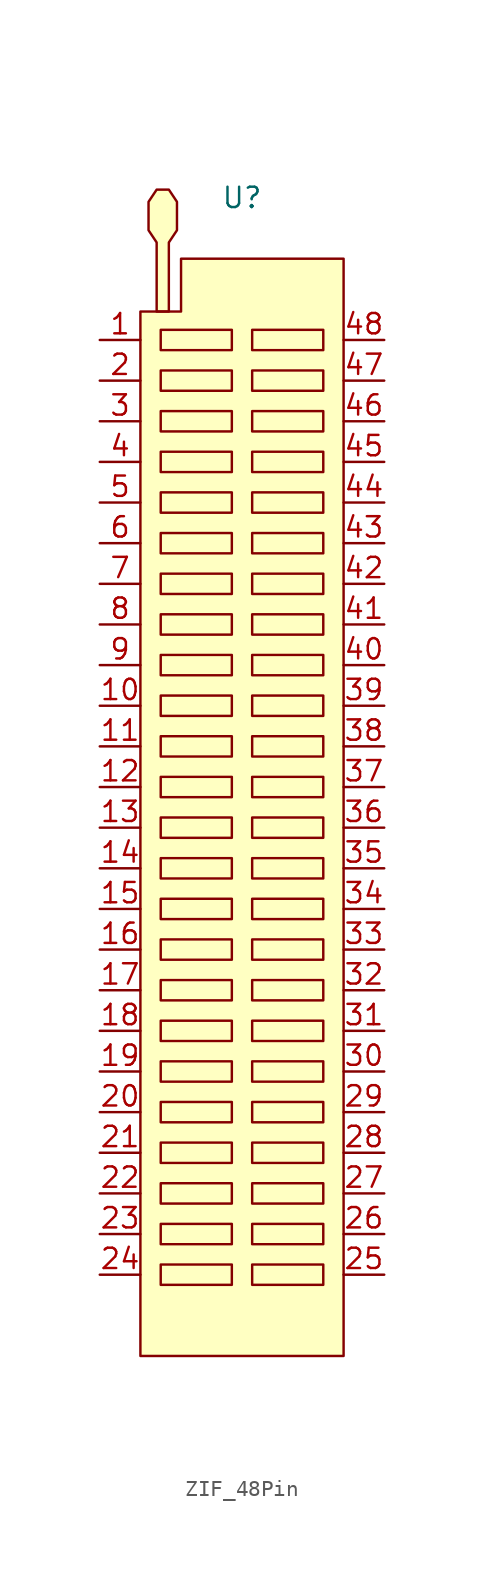
<source format=kicad_sym>
(kicad_symbol_lib
  (version 20220914)
  (generator kicad_symbol_editor)
  (symbol "ZIF_48Pin"
    (property "Reference" "U"
      (at 0 38.1 0)
      (effects (font (size 1.27 1.27))))
    (property "Value" ""
      (at 0 33.02 0)
      (effects (font (size 1.27 1.27))))
    (symbol "ZIF_48Pin_1_1"
      (rectangle (start -5.08 -28.575) (end -0.635 -29.845) (stroke (width 0) (type default)) (fill (type none)))
      (rectangle (start -5.08 -26.035) (end -0.635 -27.305) (stroke (width 0) (type default)) (fill (type none)))
      (rectangle (start -5.08 -23.495) (end -0.635 -24.765) (stroke (width 0) (type default)) (fill (type none)))
      (rectangle (start -5.08 -20.955) (end -0.635 -22.225) (stroke (width 0) (type default)) (fill (type none)))
      (rectangle (start -5.08 -18.415) (end -0.635 -19.685) (stroke (width 0) (type default)) (fill (type none)))
      (rectangle (start -5.08 -15.875) (end -0.635 -17.145) (stroke (width 0) (type default)) (fill (type none)))
      (rectangle (start -5.08 -13.335) (end -0.635 -14.605) (stroke (width 0) (type default)) (fill (type none)))
      (rectangle (start -5.08 -10.795) (end -0.635 -12.065) (stroke (width 0) (type default)) (fill (type none)))
      (rectangle (start -5.08 -8.255) (end -0.635 -9.525) (stroke (width 0) (type default)) (fill (type none)))
      (rectangle (start -5.08 -5.715) (end -0.635 -6.985) (stroke (width 0) (type default)) (fill (type none)))
      (rectangle (start -5.08 -3.175) (end -0.635 -4.445) (stroke (width 0) (type default)) (fill (type none)))
      (rectangle (start -5.08 -0.635) (end -0.635 -1.905) (stroke (width 0) (type default)) (fill (type none)))
      (rectangle (start -5.08 1.905) (end -0.635 0.635) (stroke (width 0) (type default)) (fill (type none)))
      (rectangle (start -5.08 4.445) (end -0.635 3.175) (stroke (width 0) (type default)) (fill (type none)))
      (rectangle (start -5.08 6.985) (end -0.635 5.715) (stroke (width 0) (type default)) (fill (type none)))
      (rectangle (start -5.08 9.525) (end -0.635 8.255) (stroke (width 0) (type default)) (fill (type none)))
      (rectangle (start -5.08 12.065) (end -0.635 10.795) (stroke (width 0) (type default)) (fill (type none)))
      (rectangle (start -5.08 14.605) (end -0.635 13.335) (stroke (width 0) (type default)) (fill (type none)))
      (rectangle (start -5.08 17.145) (end -0.635 15.875) (stroke (width 0) (type default)) (fill (type none)))
      (rectangle (start -5.08 19.685) (end -0.635 18.415) (stroke (width 0) (type default)) (fill (type none)))
      (rectangle (start -5.08 22.225) (end -0.635 20.955) (stroke (width 0) (type default)) (fill (type none)))
      (rectangle (start -5.08 24.765) (end -0.635 23.495) (stroke (width 0) (type default)) (fill (type none)))
      (rectangle (start -5.08 27.305) (end -0.635 26.035) (stroke (width 0) (type default)) (fill (type none)))
      (rectangle (start -5.08 29.845) (end -0.635 28.575) (stroke (width 0) (type default)) (fill (type none)))
      (polyline (pts (xy -6.35 -34.29) (xy 6.35 -34.29) (xy 6.35 34.29) (xy -3.81 34.29) (xy -3.81 30.988) (xy -6.35 30.988) (xy -6.35 -33.02) (xy -6.35 -34.29)) (stroke (width 0) (type default)) (fill (type background)))
      (polyline (pts (xy -4.572 30.988) (xy -4.572 35.306) (xy -4.064 36.068) (xy -4.064 37.846) (xy -4.572 38.608) (xy -5.334 38.608) (xy -5.842 37.846) (xy -5.842 36.068) (xy -5.334 35.306) (xy -5.334 30.988) (xy -4.572 30.988)) (stroke (width 0) (type default)) (fill (type background)))
      (rectangle (start 0.635 -28.575) (end 5.08 -29.845) (stroke (width 0) (type default)) (fill (type none)))
      (rectangle (start 0.635 -26.035) (end 5.08 -27.305) (stroke (width 0) (type default)) (fill (type none)))
      (rectangle (start 0.635 -23.495) (end 5.08 -24.765) (stroke (width 0) (type default)) (fill (type none)))
      (rectangle (start 0.635 -20.955) (end 5.08 -22.225) (stroke (width 0) (type default)) (fill (type none)))
      (rectangle (start 0.635 -18.415) (end 5.08 -19.685) (stroke (width 0) (type default)) (fill (type none)))
      (rectangle (start 0.635 -15.875) (end 5.08 -17.145) (stroke (width 0) (type default)) (fill (type none)))
      (rectangle (start 0.635 -13.335) (end 5.08 -14.605) (stroke (width 0) (type default)) (fill (type none)))
      (rectangle (start 0.635 -10.795) (end 5.08 -12.065) (stroke (width 0) (type default)) (fill (type none)))
      (rectangle (start 0.635 -8.255) (end 5.08 -9.525) (stroke (width 0) (type default)) (fill (type none)))
      (rectangle (start 0.635 -5.715) (end 5.08 -6.985) (stroke (width 0) (type default)) (fill (type none)))
      (rectangle (start 0.635 -3.175) (end 5.08 -4.445) (stroke (width 0) (type default)) (fill (type none)))
      (rectangle (start 0.635 -0.635) (end 5.08 -1.905) (stroke (width 0) (type default)) (fill (type none)))
      (rectangle (start 0.635 1.905) (end 5.08 0.635) (stroke (width 0) (type default)) (fill (type none)))
      (rectangle (start 0.635 4.445) (end 5.08 3.175) (stroke (width 0) (type default)) (fill (type none)))
      (rectangle (start 0.635 6.985) (end 5.08 5.715) (stroke (width 0) (type default)) (fill (type none)))
      (rectangle (start 0.635 9.525) (end 5.08 8.255) (stroke (width 0) (type default)) (fill (type none)))
      (rectangle (start 0.635 12.065) (end 5.08 10.795) (stroke (width 0) (type default)) (fill (type none)))
      (rectangle (start 0.635 14.605) (end 5.08 13.335) (stroke (width 0) (type default)) (fill (type none)))
      (rectangle (start 0.635 17.145) (end 5.08 15.875) (stroke (width 0) (type default)) (fill (type none)))
      (rectangle (start 0.635 19.685) (end 5.08 18.415) (stroke (width 0) (type default)) (fill (type none)))
      (rectangle (start 0.635 22.225) (end 5.08 20.955) (stroke (width 0) (type default)) (fill (type none)))
      (rectangle (start 0.635 24.765) (end 5.08 23.495) (stroke (width 0) (type default)) (fill (type none)))
      (rectangle (start 0.635 27.305) (end 5.08 26.035) (stroke (width 0) (type default)) (fill (type none)))
      (rectangle (start 0.635 29.845) (end 5.08 28.575) (stroke (width 0) (type default)) (fill (type none)))
      (pin passive line (at -8.89 29.21 0) (length 2.54) (name "" (effects (font (size 1.27 1.27)))) (number "1" (effects (font (size 1.27 1.27)))))
      (pin passive line (at -8.89 6.35 0) (length 2.54) (name "" (effects (font (size 1.27 1.27)))) (number "10" (effects (font (size 1.27 1.27)))))
      (pin passive line (at -8.89 3.81 0) (length 2.54) (name "" (effects (font (size 1.27 1.27)))) (number "11" (effects (font (size 1.27 1.27)))))
      (pin passive line (at -8.89 1.27 0) (length 2.54) (name "" (effects (font (size 1.27 1.27)))) (number "12" (effects (font (size 1.27 1.27)))))
      (pin passive line (at -8.89 -1.27 0) (length 2.54) (name "" (effects (font (size 1.27 1.27)))) (number "13" (effects (font (size 1.27 1.27)))))
      (pin passive line (at -8.89 -3.81 0) (length 2.54) (name "" (effects (font (size 1.27 1.27)))) (number "14" (effects (font (size 1.27 1.27)))))
      (pin passive line (at -8.89 -6.35 0) (length 2.54) (name "" (effects (font (size 1.27 1.27)))) (number "15" (effects (font (size 1.27 1.27)))))
      (pin passive line (at -8.89 -8.89 0) (length 2.54) (name "" (effects (font (size 1.27 1.27)))) (number "16" (effects (font (size 1.27 1.27)))))
      (pin passive line (at -8.89 -11.43 0) (length 2.54) (name "" (effects (font (size 1.27 1.27)))) (number "17" (effects (font (size 1.27 1.27)))))
      (pin passive line (at -8.89 -13.97 0) (length 2.54) (name "" (effects (font (size 1.27 1.27)))) (number "18" (effects (font (size 1.27 1.27)))))
      (pin passive line (at -8.89 -16.51 0) (length 2.54) (name "" (effects (font (size 1.27 1.27)))) (number "19" (effects (font (size 1.27 1.27)))))
      (pin passive line (at -8.89 26.67 0) (length 2.54) (name "" (effects (font (size 1.27 1.27)))) (number "2" (effects (font (size 1.27 1.27)))))
      (pin passive line (at -8.89 -19.05 0) (length 2.54) (name "" (effects (font (size 1.27 1.27)))) (number "20" (effects (font (size 1.27 1.27)))))
      (pin passive line (at -8.89 -21.59 0) (length 2.54) (name "" (effects (font (size 1.27 1.27)))) (number "21" (effects (font (size 1.27 1.27)))))
      (pin passive line (at -8.89 -24.13 0) (length 2.54) (name "" (effects (font (size 1.27 1.27)))) (number "22" (effects (font (size 1.27 1.27)))))
      (pin passive line (at -8.89 -26.67 0) (length 2.54) (name "" (effects (font (size 1.27 1.27)))) (number "23" (effects (font (size 1.27 1.27)))))
      (pin passive line (at -8.89 -29.21 0) (length 2.54) (name "" (effects (font (size 1.27 1.27)))) (number "24" (effects (font (size 1.27 1.27)))))
      (pin passive line (at 8.89 -29.21 180) (length 2.54) (name "" (effects (font (size 1.27 1.27)))) (number "25" (effects (font (size 1.27 1.27)))))
      (pin passive line (at 8.89 -26.67 180) (length 2.54) (name "" (effects (font (size 1.27 1.27)))) (number "26" (effects (font (size 1.27 1.27)))))
      (pin passive line (at 8.89 -24.13 180) (length 2.54) (name "" (effects (font (size 1.27 1.27)))) (number "27" (effects (font (size 1.27 1.27)))))
      (pin passive line (at 8.89 -21.59 180) (length 2.54) (name "" (effects (font (size 1.27 1.27)))) (number "28" (effects (font (size 1.27 1.27)))))
      (pin passive line (at 8.89 -19.05 180) (length 2.54) (name "" (effects (font (size 1.27 1.27)))) (number "29" (effects (font (size 1.27 1.27)))))
      (pin passive line (at -8.89 24.13 0) (length 2.54) (name "" (effects (font (size 1.27 1.27)))) (number "3" (effects (font (size 1.27 1.27)))))
      (pin passive line (at 8.89 -16.51 180) (length 2.54) (name "" (effects (font (size 1.27 1.27)))) (number "30" (effects (font (size 1.27 1.27)))))
      (pin passive line (at 8.89 -13.97 180) (length 2.54) (name "" (effects (font (size 1.27 1.27)))) (number "31" (effects (font (size 1.27 1.27)))))
      (pin passive line (at 8.89 -11.43 180) (length 2.54) (name "" (effects (font (size 1.27 1.27)))) (number "32" (effects (font (size 1.27 1.27)))))
      (pin passive line (at 8.89 -8.89 180) (length 2.54) (name "" (effects (font (size 1.27 1.27)))) (number "33" (effects (font (size 1.27 1.27)))))
      (pin passive line (at 8.89 -6.35 180) (length 2.54) (name "" (effects (font (size 1.27 1.27)))) (number "34" (effects (font (size 1.27 1.27)))))
      (pin passive line (at 8.89 -3.81 180) (length 2.54) (name "" (effects (font (size 1.27 1.27)))) (number "35" (effects (font (size 1.27 1.27)))))
      (pin passive line (at 8.89 -1.27 180) (length 2.54) (name "" (effects (font (size 1.27 1.27)))) (number "36" (effects (font (size 1.27 1.27)))))
      (pin passive line (at 8.89 1.27 180) (length 2.54) (name "" (effects (font (size 1.27 1.27)))) (number "37" (effects (font (size 1.27 1.27)))))
      (pin passive line (at 8.89 3.81 180) (length 2.54) (name "" (effects (font (size 1.27 1.27)))) (number "38" (effects (font (size 1.27 1.27)))))
      (pin passive line (at 8.89 6.35 180) (length 2.54) (name "" (effects (font (size 1.27 1.27)))) (number "39" (effects (font (size 1.27 1.27)))))
      (pin passive line (at -8.89 21.59 0) (length 2.54) (name "" (effects (font (size 1.27 1.27)))) (number "4" (effects (font (size 1.27 1.27)))))
      (pin passive line (at 8.89 8.89 180) (length 2.54) (name "" (effects (font (size 1.27 1.27)))) (number "40" (effects (font (size 1.27 1.27)))))
      (pin passive line (at 8.89 11.43 180) (length 2.54) (name "" (effects (font (size 1.27 1.27)))) (number "41" (effects (font (size 1.27 1.27)))))
      (pin passive line (at 8.89 13.97 180) (length 2.54) (name "" (effects (font (size 1.27 1.27)))) (number "42" (effects (font (size 1.27 1.27)))))
      (pin passive line (at 8.89 16.51 180) (length 2.54) (name "" (effects (font (size 1.27 1.27)))) (number "43" (effects (font (size 1.27 1.27)))))
      (pin passive line (at 8.89 19.05 180) (length 2.54) (name "" (effects (font (size 1.27 1.27)))) (number "44" (effects (font (size 1.27 1.27)))))
      (pin passive line (at 8.89 21.59 180) (length 2.54) (name "" (effects (font (size 1.27 1.27)))) (number "45" (effects (font (size 1.27 1.27)))))
      (pin passive line (at 8.89 24.13 180) (length 2.54) (name "" (effects (font (size 1.27 1.27)))) (number "46" (effects (font (size 1.27 1.27)))))
      (pin passive line (at 8.89 26.67 180) (length 2.54) (name "" (effects (font (size 1.27 1.27)))) (number "47" (effects (font (size 1.27 1.27)))))
      (pin passive line (at 8.89 29.21 180) (length 2.54) (name "" (effects (font (size 1.27 1.27)))) (number "48" (effects (font (size 1.27 1.27)))))
      (pin passive line (at -8.89 19.05 0) (length 2.54) (name "" (effects (font (size 1.27 1.27)))) (number "5" (effects (font (size 1.27 1.27)))))
      (pin passive line (at -8.89 16.51 0) (length 2.54) (name "" (effects (font (size 1.27 1.27)))) (number "6" (effects (font (size 1.27 1.27)))))
      (pin passive line (at -8.89 13.97 0) (length 2.54) (name "" (effects (font (size 1.27 1.27)))) (number "7" (effects (font (size 1.27 1.27)))))
      (pin passive line (at -8.89 11.43 0) (length 2.54) (name "" (effects (font (size 1.27 1.27)))) (number "8" (effects (font (size 1.27 1.27)))))
      (pin passive line (at -8.89 8.89 0) (length 2.54) (name "" (effects (font (size 1.27 1.27)))) (number "9" (effects (font (size 1.27 1.27))))))))
</source>
